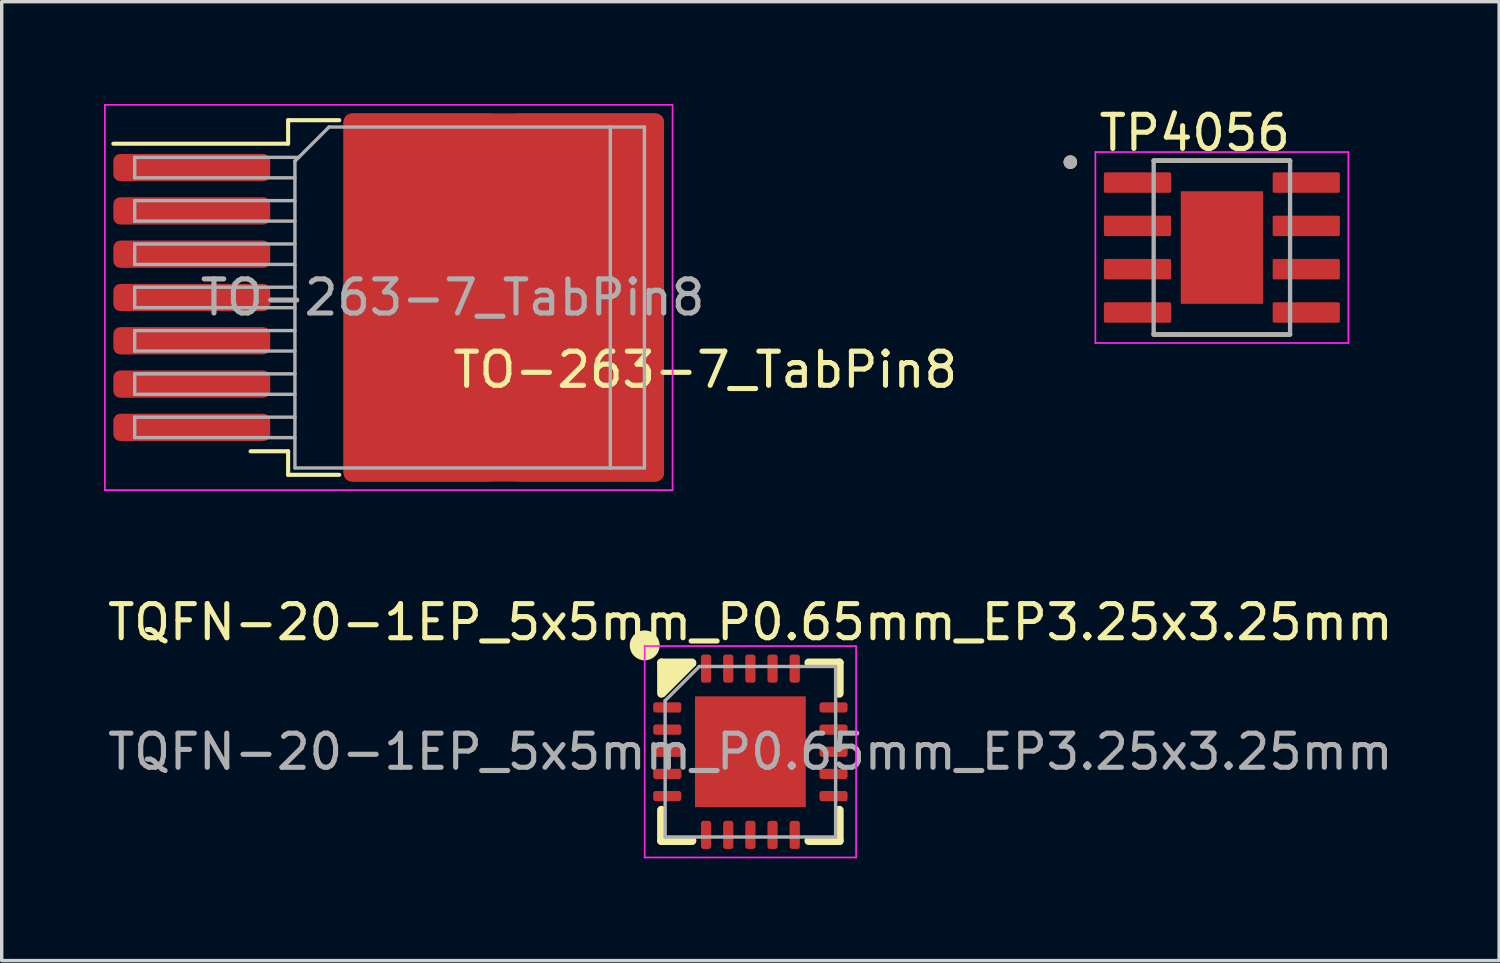
<source format=kicad_pcb>
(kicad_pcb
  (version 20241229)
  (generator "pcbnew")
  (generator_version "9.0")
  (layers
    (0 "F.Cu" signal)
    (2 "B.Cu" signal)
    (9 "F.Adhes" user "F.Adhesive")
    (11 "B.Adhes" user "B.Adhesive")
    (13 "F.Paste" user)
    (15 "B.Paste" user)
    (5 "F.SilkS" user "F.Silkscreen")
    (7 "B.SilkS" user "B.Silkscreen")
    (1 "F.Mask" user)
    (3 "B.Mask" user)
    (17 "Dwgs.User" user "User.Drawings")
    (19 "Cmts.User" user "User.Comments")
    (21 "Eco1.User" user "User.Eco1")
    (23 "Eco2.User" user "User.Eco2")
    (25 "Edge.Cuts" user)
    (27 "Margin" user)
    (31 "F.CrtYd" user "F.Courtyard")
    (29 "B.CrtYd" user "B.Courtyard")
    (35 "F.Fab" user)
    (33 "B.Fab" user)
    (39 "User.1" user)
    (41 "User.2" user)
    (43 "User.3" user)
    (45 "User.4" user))
  (footprint "TP4056"
    (layer "F.Cu")
    (at 32.786 4.21)
    (property "Reference" "TP4056" (at -0.795 -3.362 0) (layer "F.SilkS") (effects (font (size 1 1) (thickness 0.15))))
    (attr smd)
    (fp_line (start -2 -2.55) (end 2 -2.55) (stroke (width 0.127) (type solid)) (layer "F.SilkS"))
    (fp_line (start -2 2.55) (end 2 2.55) (stroke (width 0.127) (type solid)) (layer "F.SilkS"))
    (fp_circle (center -4.445 -2.505) (end -4.345 -2.505) (stroke (width 0.2) (type solid)) (fill no) (layer "F.SilkS"))
    (fp_poly (pts (xy -0.645 -0.82) (xy 0.645 -0.82) (xy 0.645 0.82) (xy -0.645 0.82)) (stroke (width 0.01) (type solid)) (fill yes) (layer "F.Paste"))
    (fp_line (start -3.71 -2.8) (end -3.71 2.8) (stroke (width 0.05) (type solid)) (layer "F.CrtYd"))
    (fp_line (start -3.71 -2.8) (end 3.71 -2.8) (stroke (width 0.05) (type solid)) (layer "F.CrtYd"))
    (fp_line (start -3.71 2.8) (end 3.71 2.8) (stroke (width 0.05) (type solid)) (layer "F.CrtYd"))
    (fp_line (start 3.71 -2.8) (end 3.71 2.8) (stroke (width 0.05) (type solid)) (layer "F.CrtYd"))
    (fp_line (start -2 -2.55) (end -2 2.55) (stroke (width 0.127) (type solid)) (layer "F.Fab"))
    (fp_line (start -2 -2.55) (end 2 -2.55) (stroke (width 0.127) (type solid)) (layer "F.Fab"))
    (fp_line (start -2 2.55) (end 2 2.55) (stroke (width 0.127) (type solid)) (layer "F.Fab"))
    (fp_line (start 2 -2.55) (end 2 2.55) (stroke (width 0.127) (type solid)) (layer "F.Fab"))
    (fp_circle (center -4.445 -2.505) (end -4.345 -2.505) (stroke (width 0.2) (type solid)) (fill no) (layer "F.Fab"))
    (pad "1" smd roundrect (at -2.475 -1.905) (size 1.97 0.6) (layers "F.Cu" "F.Mask" "F.Paste") (roundrect_rratio 0.07))
    (pad "2" smd roundrect (at -2.475 -0.635) (size 1.97 0.6) (layers "F.Cu" "F.Mask" "F.Paste") (roundrect_rratio 0.07))
    (pad "3" smd roundrect (at -2.475 0.635) (size 1.97 0.6) (layers "F.Cu" "F.Mask" "F.Paste") (roundrect_rratio 0.07))
    (pad "4" smd roundrect (at -2.475 1.905) (size 1.97 0.6) (layers "F.Cu" "F.Mask" "F.Paste") (roundrect_rratio 0.07))
    (pad "5" smd roundrect (at 2.475 1.905) (size 1.97 0.6) (layers "F.Cu" "F.Mask" "F.Paste") (roundrect_rratio 0.07))
    (pad "6" smd roundrect (at 2.475 0.635) (size 1.97 0.6) (layers "F.Cu" "F.Mask" "F.Paste") (roundrect_rratio 0.07))
    (pad "7" smd roundrect (at 2.475 -0.635) (size 1.97 0.6) (layers "F.Cu" "F.Mask" "F.Paste") (roundrect_rratio 0.07))
    (pad "8" smd roundrect (at 2.475 -1.905) (size 1.97 0.6) (layers "F.Cu" "F.Mask" "F.Paste") (roundrect_rratio 0.07))
    (pad "9" smd rect (at 0 0) (size 2.413 3.302) (layers "F.Cu" "F.Mask")))
  (footprint "TQFN-20-1EP_5x5mm_P0.65mm_EP3.25x3.25mm"
    (layer "F.Cu")
    (at 18.958 18.998)
    (property "Reference" "TQFN-20-1EP_5x5mm_P0.65mm_EP3.25x3.25mm" (at 0 -3.8 0) (layer "F.SilkS") (effects (font (size 1 1) (thickness 0.15))))
    (attr smd)
    (fp_line (start -2.61 -2.61) (end -1.71 -2.61) (stroke (width 0.25) (type solid)) (layer "F.SilkS"))
    (fp_line (start -2.61 -1.71) (end -2.61 -2.61) (stroke (width 0.25) (type solid)) (layer "F.SilkS"))
    (fp_line (start -2.61 2.61) (end -2.61 1.71) (stroke (width 0.25) (type solid)) (layer "F.SilkS"))
    (fp_line (start -1.71 -2.61) (end -2.61 -2.61) (stroke (width 0.12) (type solid)) (layer "F.SilkS"))
    (fp_line (start -1.71 2.61) (end -2.61 2.61) (stroke (width 0.25) (type solid)) (layer "F.SilkS"))
    (fp_line (start 1.71 -2.61) (end 2.61 -2.61) (stroke (width 0.25) (type solid)) (layer "F.SilkS"))
    (fp_line (start 1.71 2.61) (end 2.61 2.61) (stroke (width 0.25) (type solid)) (layer "F.SilkS"))
    (fp_line (start 2.61 -2.61) (end 2.61 -1.71) (stroke (width 0.25) (type solid)) (layer "F.SilkS"))
    (fp_line (start 2.61 2.61) (end 2.61 1.71) (stroke (width 0.25) (type solid)) (layer "F.SilkS"))
    (fp_circle (center -3.1 -3.12) (end -2.786 -3.12) (stroke (width 0.25) (type solid)) (fill yes) (layer "F.SilkS"))
    (fp_poly (pts (xy -1.65 -2.57) (xy -2.61 -2.61) (xy -2.55 -1.67)) (stroke (width 0.12) (type solid)) (fill yes) (layer "F.SilkS"))
    (fp_line (start -3.1 -3.1) (end -3.1 3.1) (stroke (width 0.05) (type solid)) (layer "F.CrtYd"))
    (fp_line (start -3.1 3.1) (end 3.1 3.1) (stroke (width 0.05) (type solid)) (layer "F.CrtYd"))
    (fp_line (start 3.1 -3.1) (end -3.1 -3.1) (stroke (width 0.05) (type solid)) (layer "F.CrtYd"))
    (fp_line (start 3.1 3.1) (end 3.1 -3.1) (stroke (width 0.05) (type solid)) (layer "F.CrtYd"))
    (fp_line (start -2.5 -1.5) (end -1.5 -2.5) (stroke (width 0.1) (type solid)) (layer "F.Fab"))
    (fp_line (start -2.5 2.5) (end -2.5 -1.5) (stroke (width 0.1) (type solid)) (layer "F.Fab"))
    (fp_line (start -1.5 -2.5) (end 2.5 -2.5) (stroke (width 0.1) (type solid)) (layer "F.Fab"))
    (fp_line (start 2.5 -2.5) (end 2.5 2.5) (stroke (width 0.1) (type solid)) (layer "F.Fab"))
    (fp_line (start 2.5 2.5) (end -2.5 2.5) (stroke (width 0.1) (type solid)) (layer "F.Fab"))
    (fp_text user "${REFERENCE}" (at 0 0 0) (layer "F.Fab") (effects (font (size 1 1) (thickness 0.15))))
    (pad "" smd roundrect (at -0.81 -0.81) (size 1.31 1.31) (layers "F.Paste") (roundrect_rratio 0.191))
    (pad "" smd roundrect (at -0.81 0.81) (size 1.31 1.31) (layers "F.Paste") (roundrect_rratio 0.191))
    (pad "" smd roundrect (at 0.81 -0.81) (size 1.31 1.31) (layers "F.Paste") (roundrect_rratio 0.191))
    (pad "" smd roundrect (at 0.81 0.81) (size 1.31 1.31) (layers "F.Paste") (roundrect_rratio 0.191))
    (pad "1" smd roundrect (at -2.438 -1.3) (size 0.825 0.3) (layers "F.Cu" "F.Mask" "F.Paste") (roundrect_rratio 0.25))
    (pad "2" smd roundrect (at -2.438 -0.65) (size 0.825 0.3) (layers "F.Cu" "F.Mask" "F.Paste") (roundrect_rratio 0.25))
    (pad "3" smd roundrect (at -2.438 0) (size 0.825 0.3) (layers "F.Cu" "F.Mask" "F.Paste") (roundrect_rratio 0.25))
    (pad "4" smd roundrect (at -2.438 0.65) (size 0.825 0.3) (layers "F.Cu" "F.Mask" "F.Paste") (roundrect_rratio 0.25))
    (pad "5" smd roundrect (at -2.438 1.3) (size 0.825 0.3) (layers "F.Cu" "F.Mask" "F.Paste") (roundrect_rratio 0.25))
    (pad "6" smd roundrect (at -1.3 2.438) (size 0.3 0.825) (layers "F.Cu" "F.Mask" "F.Paste") (roundrect_rratio 0.25))
    (pad "7" smd roundrect (at -0.65 2.438) (size 0.3 0.825) (layers "F.Cu" "F.Mask" "F.Paste") (roundrect_rratio 0.25))
    (pad "8" smd roundrect (at 0 2.438) (size 0.3 0.825) (layers "F.Cu" "F.Mask" "F.Paste") (roundrect_rratio 0.25))
    (pad "9" smd roundrect (at 0.65 2.438) (size 0.3 0.825) (layers "F.Cu" "F.Mask" "F.Paste") (roundrect_rratio 0.25))
    (pad "10" smd roundrect (at 1.3 2.438) (size 0.3 0.825) (layers "F.Cu" "F.Mask" "F.Paste") (roundrect_rratio 0.25))
    (pad "11" smd roundrect (at 2.438 1.3) (size 0.825 0.3) (layers "F.Cu" "F.Mask" "F.Paste") (roundrect_rratio 0.25))
    (pad "12" smd roundrect (at 2.438 0.65) (size 0.825 0.3) (layers "F.Cu" "F.Mask" "F.Paste") (roundrect_rratio 0.25))
    (pad "13" smd roundrect (at 2.438 0) (size 0.825 0.3) (layers "F.Cu" "F.Mask" "F.Paste") (roundrect_rratio 0.25))
    (pad "14" smd roundrect (at 2.438 -0.65) (size 0.825 0.3) (layers "F.Cu" "F.Mask" "F.Paste") (roundrect_rratio 0.25))
    (pad "15" smd roundrect (at 2.438 -1.3) (size 0.825 0.3) (layers "F.Cu" "F.Mask" "F.Paste") (roundrect_rratio 0.25))
    (pad "16" smd roundrect (at 1.3 -2.438) (size 0.3 0.825) (layers "F.Cu" "F.Mask" "F.Paste") (roundrect_rratio 0.25))
    (pad "17" smd roundrect (at 0.65 -2.438) (size 0.3 0.825) (layers "F.Cu" "F.Mask" "F.Paste") (roundrect_rratio 0.25))
    (pad "18" smd roundrect (at 0 -2.438) (size 0.3 0.825) (layers "F.Cu" "F.Mask" "F.Paste") (roundrect_rratio 0.25))
    (pad "19" smd roundrect (at -0.65 -2.438) (size 0.3 0.825) (layers "F.Cu" "F.Mask" "F.Paste") (roundrect_rratio 0.25))
    (pad "20" smd roundrect (at -1.3 -2.438) (size 0.3 0.825) (layers "F.Cu" "F.Mask" "F.Paste") (roundrect_rratio 0.25))
    (pad "21" smd rect (at 0 0) (size 3.25 3.25) (layers "F.Cu" "F.Mask")))
  (footprint "TO-263-7_TabPin8"
    (layer "F.Cu")
    (at 10.225 5.675)
    (property "Reference" "TO-263-7_TabPin8" (at 7.41 2.12 180) (layer "F.SilkS") (effects (font (size 1 1) (thickness 0.15))))
    (attr smd)
    (fp_line (start -4.825 -5.2) (end -4.825 -4.51) (stroke (width 0.12) (type solid)) (layer "F.SilkS"))
    (fp_line (start -4.825 -4.51) (end -9.95 -4.51) (stroke (width 0.12) (type solid)) (layer "F.SilkS"))
    (fp_line (start -4.825 4.51) (end -5.925 4.51) (stroke (width 0.12) (type solid)) (layer "F.SilkS"))
    (fp_line (start -4.825 5.2) (end -4.825 4.51) (stroke (width 0.12) (type solid)) (layer "F.SilkS"))
    (fp_line (start -3.325 -5.2) (end -4.825 -5.2) (stroke (width 0.12) (type solid)) (layer "F.SilkS"))
    (fp_line (start -3.325 5.2) (end -4.825 5.2) (stroke (width 0.12) (type solid)) (layer "F.SilkS"))
    (fp_line (start -10.2 -5.65) (end -10.2 5.65) (stroke (width 0.05) (type solid)) (layer "F.CrtYd"))
    (fp_line (start -10.2 5.65) (end 6.45 5.65) (stroke (width 0.05) (type solid)) (layer "F.CrtYd"))
    (fp_line (start 6.45 -5.65) (end -10.2 -5.65) (stroke (width 0.05) (type solid)) (layer "F.CrtYd"))
    (fp_line (start 6.45 5.65) (end 6.45 -5.65) (stroke (width 0.05) (type solid)) (layer "F.CrtYd"))
    (fp_line (start -9.325 -4.11) (end -9.325 -3.51) (stroke (width 0.1) (type solid)) (layer "F.Fab"))
    (fp_line (start -9.325 -3.51) (end -4.625 -3.51) (stroke (width 0.1) (type solid)) (layer "F.Fab"))
    (fp_line (start -9.325 -2.84) (end -9.325 -2.24) (stroke (width 0.1) (type solid)) (layer "F.Fab"))
    (fp_line (start -9.325 -2.24) (end -4.625 -2.24) (stroke (width 0.1) (type solid)) (layer "F.Fab"))
    (fp_line (start -9.325 -1.57) (end -9.325 -0.97) (stroke (width 0.1) (type solid)) (layer "F.Fab"))
    (fp_line (start -9.325 -0.97) (end -4.625 -0.97) (stroke (width 0.1) (type solid)) (layer "F.Fab"))
    (fp_line (start -9.325 -0.3) (end -9.325 0.3) (stroke (width 0.1) (type solid)) (layer "F.Fab"))
    (fp_line (start -9.325 0.3) (end -4.625 0.3) (stroke (width 0.1) (type solid)) (layer "F.Fab"))
    (fp_line (start -9.325 0.97) (end -9.325 1.57) (stroke (width 0.1) (type solid)) (layer "F.Fab"))
    (fp_line (start -9.325 1.57) (end -4.625 1.57) (stroke (width 0.1) (type solid)) (layer "F.Fab"))
    (fp_line (start -9.325 2.24) (end -9.325 2.84) (stroke (width 0.1) (type solid)) (layer "F.Fab"))
    (fp_line (start -9.325 2.84) (end -4.625 2.84) (stroke (width 0.1) (type solid)) (layer "F.Fab"))
    (fp_line (start -9.325 3.51) (end -9.325 4.11) (stroke (width 0.1) (type solid)) (layer "F.Fab"))
    (fp_line (start -9.325 4.11) (end -4.625 4.11) (stroke (width 0.1) (type solid)) (layer "F.Fab"))
    (fp_line (start -4.625 -4) (end -3.625 -5) (stroke (width 0.1) (type solid)) (layer "F.Fab"))
    (fp_line (start -4.625 -2.84) (end -9.325 -2.84) (stroke (width 0.1) (type solid)) (layer "F.Fab"))
    (fp_line (start -4.625 -1.57) (end -9.325 -1.57) (stroke (width 0.1) (type solid)) (layer "F.Fab"))
    (fp_line (start -4.625 -0.3) (end -9.325 -0.3) (stroke (width 0.1) (type solid)) (layer "F.Fab"))
    (fp_line (start -4.625 0.97) (end -9.325 0.97) (stroke (width 0.1) (type solid)) (layer "F.Fab"))
    (fp_line (start -4.625 2.24) (end -9.325 2.24) (stroke (width 0.1) (type solid)) (layer "F.Fab"))
    (fp_line (start -4.625 3.51) (end -9.325 3.51) (stroke (width 0.1) (type solid)) (layer "F.Fab"))
    (fp_line (start -4.625 5) (end -4.625 -4) (stroke (width 0.1) (type solid)) (layer "F.Fab"))
    (fp_line (start -4.515 -4.11) (end -9.325 -4.11) (stroke (width 0.1) (type solid)) (layer "F.Fab"))
    (fp_line (start -3.625 -5) (end 4.625 -5) (stroke (width 0.1) (type solid)) (layer "F.Fab"))
    (fp_line (start 4.625 -5) (end 4.625 5) (stroke (width 0.1) (type solid)) (layer "F.Fab"))
    (fp_line (start 4.625 -5) (end 5.625 -5) (stroke (width 0.1) (type solid)) (layer "F.Fab"))
    (fp_line (start 4.625 5) (end -4.625 5) (stroke (width 0.1) (type solid)) (layer "F.Fab"))
    (fp_line (start 5.625 -5) (end 5.625 5) (stroke (width 0.1) (type solid)) (layer "F.Fab"))
    (fp_line (start 5.625 5) (end 4.625 5) (stroke (width 0.1) (type solid)) (layer "F.Fab"))
    (fp_text user "${REFERENCE}" (at 0 0 180) (layer "F.Fab") (effects (font (size 1 1) (thickness 0.15))))
    (pad "1" smd roundrect (at -7.65 -3.81) (size 4.6 0.8) (layers "F.Cu" "F.Mask" "F.Paste") (roundrect_rratio 0.25))
    (pad "2" smd roundrect (at -7.65 -2.54) (size 4.6 0.8) (layers "F.Cu" "F.Mask" "F.Paste") (roundrect_rratio 0.25))
    (pad "3" smd roundrect (at -7.65 -1.27) (size 4.6 0.8) (layers "F.Cu" "F.Mask" "F.Paste") (roundrect_rratio 0.25))
    (pad "4" smd roundrect (at -7.65 0) (size 4.6 0.8) (layers "F.Cu" "F.Mask" "F.Paste") (roundrect_rratio 0.25))
    (pad "5" smd roundrect (at -7.65 1.27) (size 4.6 0.8) (layers "F.Cu" "F.Mask" "F.Paste") (roundrect_rratio 0.25))
    (pad "6" smd roundrect (at -7.65 2.54) (size 4.6 0.8) (layers "F.Cu" "F.Mask" "F.Paste") (roundrect_rratio 0.25))
    (pad "7" smd roundrect (at -7.65 3.81) (size 4.6 0.8) (layers "F.Cu" "F.Mask" "F.Paste") (roundrect_rratio 0.25))
    (pad "8" smd roundrect (at -0.925 -2.775) (size 4.55 5.25) (layers "F.Cu" "F.Paste") (roundrect_rratio 0.055))
    (pad "8" smd roundrect (at -0.925 2.775) (size 4.55 5.25) (layers "F.Cu" "F.Paste") (roundrect_rratio 0.055))
    (pad "8" smd roundrect (at 1.5 0) (size 9.4 10.8) (layers "F.Cu" "F.Mask") (roundrect_rratio 0.027))
    (pad "8" smd roundrect (at 3.925 -2.775) (size 4.55 5.25) (layers "F.Cu" "F.Paste") (roundrect_rratio 0.055))
    (pad "8" smd roundrect (at 3.925 2.775) (size 4.55 5.25) (layers "F.Cu" "F.Paste") (roundrect_rratio 0.055)))
  (gr_rect
    (start -3 -3)
    (end 40.917 25.123)
    (stroke (width 0.1) (type default))
    (fill no)
    (layer "Edge.Cuts")))
</source>
